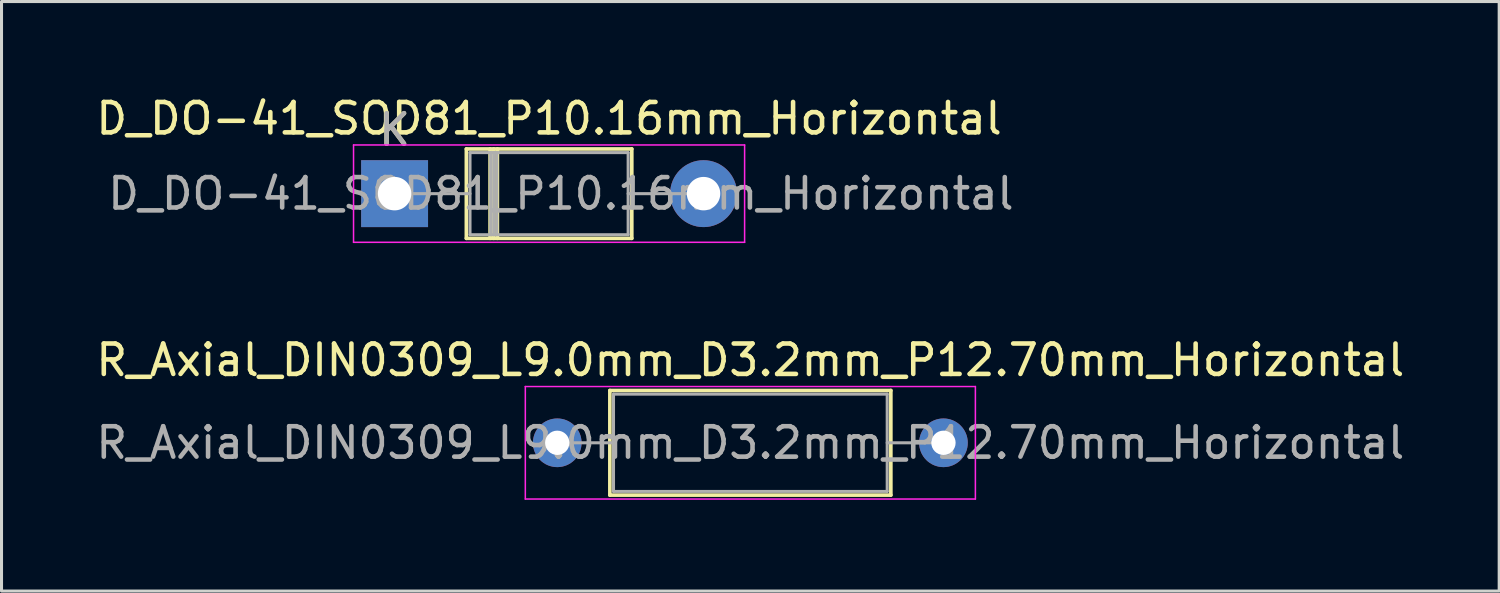
<source format=kicad_pcb>
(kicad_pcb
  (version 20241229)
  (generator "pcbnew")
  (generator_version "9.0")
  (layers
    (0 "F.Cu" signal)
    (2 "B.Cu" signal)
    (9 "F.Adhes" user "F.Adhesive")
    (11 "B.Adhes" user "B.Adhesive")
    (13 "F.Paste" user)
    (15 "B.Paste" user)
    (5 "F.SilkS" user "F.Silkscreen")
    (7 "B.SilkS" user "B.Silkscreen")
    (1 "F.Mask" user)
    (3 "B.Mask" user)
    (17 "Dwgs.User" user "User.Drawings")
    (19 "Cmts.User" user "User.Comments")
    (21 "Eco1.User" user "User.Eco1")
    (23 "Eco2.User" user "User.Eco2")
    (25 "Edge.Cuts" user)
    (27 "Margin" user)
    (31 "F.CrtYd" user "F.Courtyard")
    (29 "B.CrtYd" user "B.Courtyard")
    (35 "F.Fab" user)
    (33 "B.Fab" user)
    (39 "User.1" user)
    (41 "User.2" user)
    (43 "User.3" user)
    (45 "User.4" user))
  (footprint "R_Axial_DIN0309_L9.0mm_D3.2mm_P12.70mm_Horizontal"
    (layer "F.Cu")
    (at 15.275 11.511)
    (property "Reference" "R_Axial_DIN0309_L9.0mm_D3.2mm_P12.70mm_Horizontal" (at 6.35 -2.72 0) (layer "F.SilkS") (effects (font (size 1 1) (thickness 0.15))))
    (attr through_hole)
    (fp_line (start 1.73 -1.72) (end 1.73 1.72) (stroke (width 0.12) (type solid)) (layer "F.SilkS"))
    (fp_line (start 1.73 1.72) (end 10.97 1.72) (stroke (width 0.12) (type solid)) (layer "F.SilkS"))
    (fp_line (start 10.97 -1.72) (end 1.73 -1.72) (stroke (width 0.12) (type solid)) (layer "F.SilkS"))
    (fp_line (start 10.97 1.72) (end 10.97 -1.72) (stroke (width 0.12) (type solid)) (layer "F.SilkS"))
    (fp_line (start -1.05 -1.85) (end -1.05 1.85) (stroke (width 0.05) (type solid)) (layer "F.CrtYd"))
    (fp_line (start -1.05 1.85) (end 13.75 1.85) (stroke (width 0.05) (type solid)) (layer "F.CrtYd"))
    (fp_line (start 13.75 -1.85) (end -1.05 -1.85) (stroke (width 0.05) (type solid)) (layer "F.CrtYd"))
    (fp_line (start 13.75 1.85) (end 13.75 -1.85) (stroke (width 0.05) (type solid)) (layer "F.CrtYd"))
    (fp_line (start 0 0) (end 1.85 0) (stroke (width 0.1) (type solid)) (layer "F.Fab"))
    (fp_line (start 1.85 -1.6) (end 1.85 1.6) (stroke (width 0.1) (type solid)) (layer "F.Fab"))
    (fp_line (start 1.85 1.6) (end 10.85 1.6) (stroke (width 0.1) (type solid)) (layer "F.Fab"))
    (fp_line (start 10.85 -1.6) (end 1.85 -1.6) (stroke (width 0.1) (type solid)) (layer "F.Fab"))
    (fp_line (start 10.85 1.6) (end 10.85 -1.6) (stroke (width 0.1) (type solid)) (layer "F.Fab"))
    (fp_line (start 12.7 0) (end 10.85 0) (stroke (width 0.1) (type solid)) (layer "F.Fab"))
    (fp_text user "${REFERENCE}" (at 6.35 0 0) (layer "F.Fab") (effects (font (size 1 1) (thickness 0.15))))
    (pad "1" thru_hole circle (at 0 0) (size 1.6 1.6) (drill 0.8) (layers "*.Cu" "*.Mask"))
    (pad "2" thru_hole oval (at 12.7 0) (size 1.6 1.6) (drill 0.8) (layers "*.Cu" "*.Mask")))
  (footprint "D_DO-41_SOD81_P10.16mm_Horizontal"
    (layer "F.Cu")
    (at 9.926 3.318)
    (property "Reference" "D_DO-41_SOD81_P10.16mm_Horizontal" (at 5.08 -2.47 0) (layer "F.SilkS") (effects (font (size 1 1) (thickness 0.15))))
    (attr through_hole)
    (fp_line (start 2.36 -1.47) (end 2.36 1.47) (stroke (width 0.12) (type solid)) (layer "F.SilkS"))
    (fp_line (start 2.36 1.47) (end 7.8 1.47) (stroke (width 0.12) (type solid)) (layer "F.SilkS"))
    (fp_line (start 3.14 -1.47) (end 3.14 1.47) (stroke (width 0.12) (type solid)) (layer "F.SilkS"))
    (fp_line (start 3.26 -1.47) (end 3.26 1.47) (stroke (width 0.12) (type solid)) (layer "F.SilkS"))
    (fp_line (start 3.38 -1.47) (end 3.38 1.47) (stroke (width 0.12) (type solid)) (layer "F.SilkS"))
    (fp_line (start 7.8 -1.47) (end 2.36 -1.47) (stroke (width 0.12) (type solid)) (layer "F.SilkS"))
    (fp_line (start 7.8 1.47) (end 7.8 -1.47) (stroke (width 0.12) (type solid)) (layer "F.SilkS"))
    (fp_line (start -1.35 -1.6) (end -1.35 1.6) (stroke (width 0.05) (type solid)) (layer "F.CrtYd"))
    (fp_line (start -1.35 1.6) (end 11.51 1.6) (stroke (width 0.05) (type solid)) (layer "F.CrtYd"))
    (fp_line (start 11.51 -1.6) (end -1.35 -1.6) (stroke (width 0.05) (type solid)) (layer "F.CrtYd"))
    (fp_line (start 11.51 1.6) (end 11.51 -1.6) (stroke (width 0.05) (type solid)) (layer "F.CrtYd"))
    (fp_line (start 0 0) (end 2.48 0) (stroke (width 0.1) (type solid)) (layer "F.Fab"))
    (fp_line (start 2.48 -1.35) (end 2.48 1.35) (stroke (width 0.1) (type solid)) (layer "F.Fab"))
    (fp_line (start 2.48 1.35) (end 7.68 1.35) (stroke (width 0.1) (type solid)) (layer "F.Fab"))
    (fp_line (start 3.16 -1.35) (end 3.16 1.35) (stroke (width 0.1) (type solid)) (layer "F.Fab"))
    (fp_line (start 3.26 -1.35) (end 3.26 1.35) (stroke (width 0.1) (type solid)) (layer "F.Fab"))
    (fp_line (start 3.36 -1.35) (end 3.36 1.35) (stroke (width 0.1) (type solid)) (layer "F.Fab"))
    (fp_line (start 7.68 -1.35) (end 2.48 -1.35) (stroke (width 0.1) (type solid)) (layer "F.Fab"))
    (fp_line (start 7.68 1.35) (end 7.68 -1.35) (stroke (width 0.1) (type solid)) (layer "F.Fab"))
    (fp_line (start 10.16 0) (end 7.68 0) (stroke (width 0.1) (type solid)) (layer "F.Fab"))
    (fp_text user "K" (at 0 -2.1 0) (layer "F.SilkS") (effects (font (size 1 1) (thickness 0.15))))
    (fp_text user "K" (at 0 -2.1 0) (layer "F.Fab") (effects (font (size 1 1) (thickness 0.15))))
    (fp_text user "${REFERENCE}" (at 5.47 0 0) (layer "F.Fab") (effects (font (size 1 1) (thickness 0.15))))
    (pad "1" thru_hole rect (at 0 0) (size 2.2 2.2) (drill 1.1) (layers "*.Cu" "*.Mask"))
    (pad "2" thru_hole oval (at 10.16 0) (size 2.2 2.2) (drill 1.1) (layers "*.Cu" "*.Mask")))
  (gr_rect
    (start -3 -3)
    (end 46.25 16.387)
    (stroke (width 0.1) (type default))
    (fill no)
    (layer "Edge.Cuts")))
</source>
